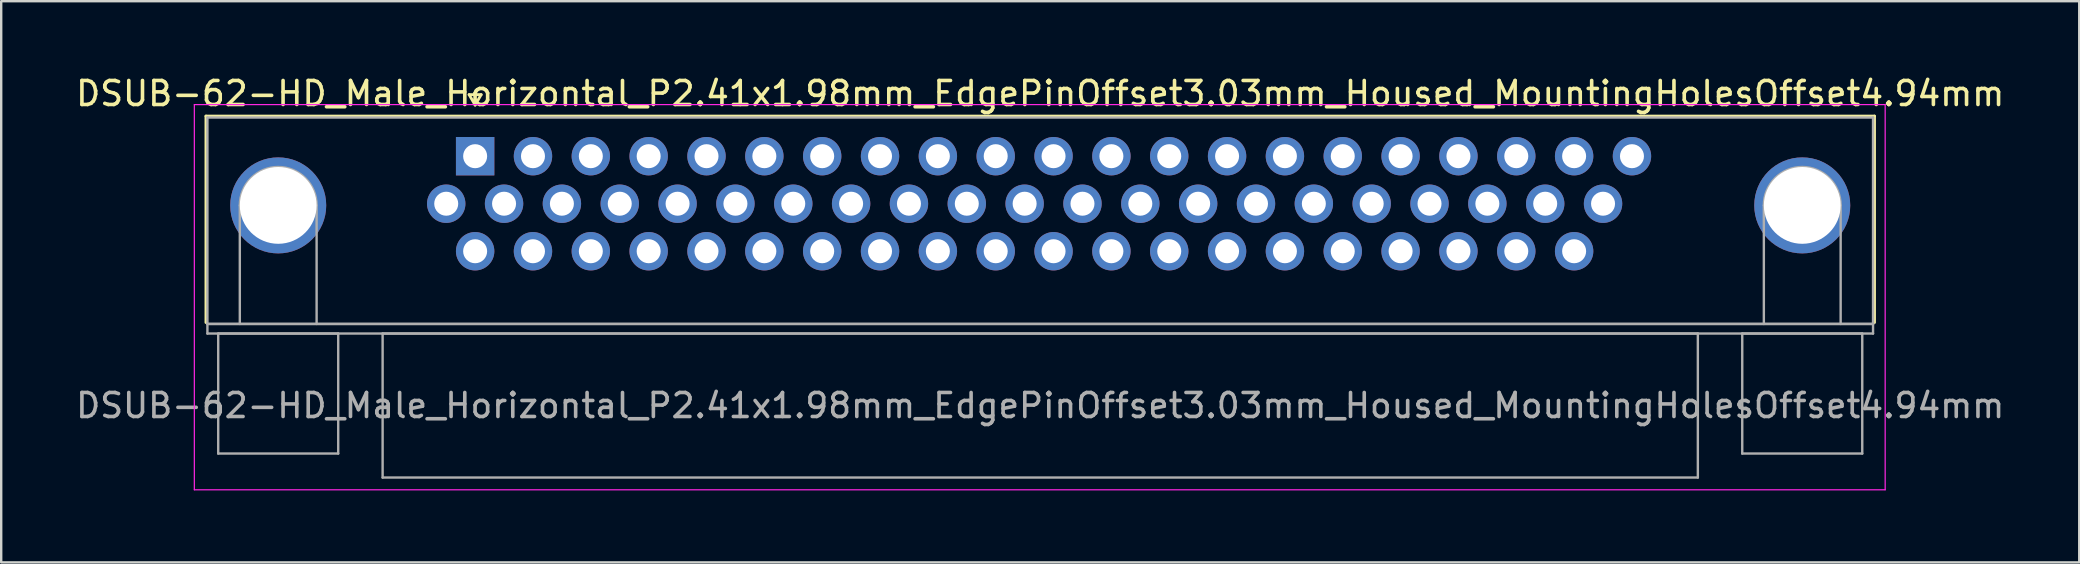
<source format=kicad_pcb>
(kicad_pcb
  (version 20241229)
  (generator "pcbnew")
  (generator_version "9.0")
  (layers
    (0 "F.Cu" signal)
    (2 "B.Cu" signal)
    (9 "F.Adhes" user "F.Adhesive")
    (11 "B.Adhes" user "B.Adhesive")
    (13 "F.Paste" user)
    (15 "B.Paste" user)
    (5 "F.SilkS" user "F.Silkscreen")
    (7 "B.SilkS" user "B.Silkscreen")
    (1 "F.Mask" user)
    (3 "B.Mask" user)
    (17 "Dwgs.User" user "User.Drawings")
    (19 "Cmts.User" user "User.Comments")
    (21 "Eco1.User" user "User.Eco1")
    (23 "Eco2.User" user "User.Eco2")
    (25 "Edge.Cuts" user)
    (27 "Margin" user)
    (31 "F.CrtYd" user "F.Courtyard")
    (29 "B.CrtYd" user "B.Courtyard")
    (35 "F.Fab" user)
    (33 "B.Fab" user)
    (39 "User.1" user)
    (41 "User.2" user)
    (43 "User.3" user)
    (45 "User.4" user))
  (footprint "DSUB-62-HD_Male_Horizontal_P2.41x1.98mm_EdgePinOffset3.03mm_Housed_MountingHolesOffset4.94mm"
    (layer "F.Cu")
    (at 16.747 3.458)
    (property "Reference" "DSUB-62-HD_Male_Horizontal_P2.41x1.98mm_EdgePinOffset3.03mm_Housed_MountingHolesOffset4.94mm" (at 23.545 -2.61 0) (layer "F.SilkS") (effects (font (size 1 1) (thickness 0.15))))
    (attr through_hole)
    (fp_line (start -11.215 -1.67) (end 58.305 -1.67) (stroke (width 0.12) (type solid)) (layer "F.SilkS"))
    (fp_line (start -11.215 6.93) (end -11.215 -1.67) (stroke (width 0.12) (type solid)) (layer "F.SilkS"))
    (fp_line (start -0.25 -2.564) (end 0.25 -2.564) (stroke (width 0.12) (type solid)) (layer "F.SilkS"))
    (fp_line (start 0 -2.131) (end -0.25 -2.564) (stroke (width 0.12) (type solid)) (layer "F.SilkS"))
    (fp_line (start 0.25 -2.564) (end 0 -2.131) (stroke (width 0.12) (type solid)) (layer "F.SilkS"))
    (fp_line (start 58.305 -1.67) (end 58.305 6.93) (stroke (width 0.12) (type solid)) (layer "F.SilkS"))
    (fp_line (start -11.7 -2.15) (end -11.7 13.9) (stroke (width 0.05) (type solid)) (layer "F.CrtYd"))
    (fp_line (start -11.7 13.9) (end 58.75 13.9) (stroke (width 0.05) (type solid)) (layer "F.CrtYd"))
    (fp_line (start 58.75 -2.15) (end -11.7 -2.15) (stroke (width 0.05) (type solid)) (layer "F.CrtYd"))
    (fp_line (start 58.75 13.9) (end 58.75 -2.15) (stroke (width 0.05) (type solid)) (layer "F.CrtYd"))
    (fp_line (start -11.155 -1.61) (end -11.155 6.99) (stroke (width 0.1) (type solid)) (layer "F.Fab"))
    (fp_line (start -11.155 6.99) (end -11.155 7.39) (stroke (width 0.1) (type solid)) (layer "F.Fab"))
    (fp_line (start -11.155 6.99) (end 58.245 6.99) (stroke (width 0.1) (type solid)) (layer "F.Fab"))
    (fp_line (start -11.155 7.39) (end 58.245 7.39) (stroke (width 0.1) (type solid)) (layer "F.Fab"))
    (fp_line (start -10.705 7.39) (end -10.705 12.39) (stroke (width 0.1) (type solid)) (layer "F.Fab"))
    (fp_line (start -10.705 12.39) (end -5.705 12.39) (stroke (width 0.1) (type solid)) (layer "F.Fab"))
    (fp_line (start -9.805 6.99) (end -9.805 2.05) (stroke (width 0.1) (type solid)) (layer "F.Fab"))
    (fp_line (start -6.605 6.99) (end -6.605 2.05) (stroke (width 0.1) (type solid)) (layer "F.Fab"))
    (fp_line (start -5.705 7.39) (end -10.705 7.39) (stroke (width 0.1) (type solid)) (layer "F.Fab"))
    (fp_line (start -5.705 12.39) (end -5.705 7.39) (stroke (width 0.1) (type solid)) (layer "F.Fab"))
    (fp_line (start -3.855 7.39) (end -3.855 13.39) (stroke (width 0.1) (type solid)) (layer "F.Fab"))
    (fp_line (start -3.855 13.39) (end 50.945 13.39) (stroke (width 0.1) (type solid)) (layer "F.Fab"))
    (fp_line (start 50.945 7.39) (end -3.855 7.39) (stroke (width 0.1) (type solid)) (layer "F.Fab"))
    (fp_line (start 50.945 13.39) (end 50.945 7.39) (stroke (width 0.1) (type solid)) (layer "F.Fab"))
    (fp_line (start 52.795 7.39) (end 52.795 12.39) (stroke (width 0.1) (type solid)) (layer "F.Fab"))
    (fp_line (start 52.795 12.39) (end 57.795 12.39) (stroke (width 0.1) (type solid)) (layer "F.Fab"))
    (fp_line (start 53.695 6.99) (end 53.695 2.05) (stroke (width 0.1) (type solid)) (layer "F.Fab"))
    (fp_line (start 56.895 6.99) (end 56.895 2.05) (stroke (width 0.1) (type solid)) (layer "F.Fab"))
    (fp_line (start 57.795 7.39) (end 52.795 7.39) (stroke (width 0.1) (type solid)) (layer "F.Fab"))
    (fp_line (start 57.795 12.39) (end 57.795 7.39) (stroke (width 0.1) (type solid)) (layer "F.Fab"))
    (fp_line (start 58.245 -1.61) (end -11.155 -1.61) (stroke (width 0.1) (type solid)) (layer "F.Fab"))
    (fp_line (start 58.245 6.99) (end -11.155 6.99) (stroke (width 0.1) (type solid)) (layer "F.Fab"))
    (fp_line (start 58.245 6.99) (end 58.245 -1.61) (stroke (width 0.1) (type solid)) (layer "F.Fab"))
    (fp_line (start 58.245 7.39) (end 58.245 6.99) (stroke (width 0.1) (type solid)) (layer "F.Fab"))
    (fp_arc (start -9.805 2.05) (mid -8.205 0.45) (end -6.605 2.05) (stroke (width 0.1) (type solid)) (layer "F.Fab"))
    (fp_arc (start 53.695 2.05) (mid 55.295 0.45) (end 56.895 2.05) (stroke (width 0.1) (type solid)) (layer "F.Fab"))
    (fp_text user "${REFERENCE}" (at 23.545 10.39 0) (layer "F.Fab") (effects (font (size 1 1) (thickness 0.15))))
    (pad "0" thru_hole circle (at -8.205 2.05) (size 4 4) (drill 3.2) (layers "*.Cu" "*.Mask"))
    (pad "0" thru_hole circle (at 55.295 2.05) (size 4 4) (drill 3.2) (layers "*.Cu" "*.Mask"))
    (pad "1" thru_hole rect (at 0 0) (size 1.6 1.6) (drill 1) (layers "*.Cu" "*.Mask"))
    (pad "2" thru_hole circle (at 2.41 0) (size 1.6 1.6) (drill 1) (layers "*.Cu" "*.Mask"))
    (pad "3" thru_hole circle (at 4.82 0) (size 1.6 1.6) (drill 1) (layers "*.Cu" "*.Mask"))
    (pad "4" thru_hole circle (at 7.23 0) (size 1.6 1.6) (drill 1) (layers "*.Cu" "*.Mask"))
    (pad "5" thru_hole circle (at 9.64 0) (size 1.6 1.6) (drill 1) (layers "*.Cu" "*.Mask"))
    (pad "6" thru_hole circle (at 12.05 0) (size 1.6 1.6) (drill 1) (layers "*.Cu" "*.Mask"))
    (pad "7" thru_hole circle (at 14.46 0) (size 1.6 1.6) (drill 1) (layers "*.Cu" "*.Mask"))
    (pad "8" thru_hole circle (at 16.87 0) (size 1.6 1.6) (drill 1) (layers "*.Cu" "*.Mask"))
    (pad "9" thru_hole circle (at 19.28 0) (size 1.6 1.6) (drill 1) (layers "*.Cu" "*.Mask"))
    (pad "10" thru_hole circle (at 21.69 0) (size 1.6 1.6) (drill 1) (layers "*.Cu" "*.Mask"))
    (pad "11" thru_hole circle (at 24.1 0) (size 1.6 1.6) (drill 1) (layers "*.Cu" "*.Mask"))
    (pad "12" thru_hole circle (at 26.51 0) (size 1.6 1.6) (drill 1) (layers "*.Cu" "*.Mask"))
    (pad "13" thru_hole circle (at 28.92 0) (size 1.6 1.6) (drill 1) (layers "*.Cu" "*.Mask"))
    (pad "14" thru_hole circle (at 31.33 0) (size 1.6 1.6) (drill 1) (layers "*.Cu" "*.Mask"))
    (pad "15" thru_hole circle (at 33.74 0) (size 1.6 1.6) (drill 1) (layers "*.Cu" "*.Mask"))
    (pad "16" thru_hole circle (at 36.15 0) (size 1.6 1.6) (drill 1) (layers "*.Cu" "*.Mask"))
    (pad "17" thru_hole circle (at 38.56 0) (size 1.6 1.6) (drill 1) (layers "*.Cu" "*.Mask"))
    (pad "18" thru_hole circle (at 40.97 0) (size 1.6 1.6) (drill 1) (layers "*.Cu" "*.Mask"))
    (pad "19" thru_hole circle (at 43.38 0) (size 1.6 1.6) (drill 1) (layers "*.Cu" "*.Mask"))
    (pad "20" thru_hole circle (at 45.79 0) (size 1.6 1.6) (drill 1) (layers "*.Cu" "*.Mask"))
    (pad "21" thru_hole circle (at 48.2 0) (size 1.6 1.6) (drill 1) (layers "*.Cu" "*.Mask"))
    (pad "22" thru_hole circle (at -1.205 1.98) (size 1.6 1.6) (drill 1) (layers "*.Cu" "*.Mask"))
    (pad "23" thru_hole circle (at 1.205 1.98) (size 1.6 1.6) (drill 1) (layers "*.Cu" "*.Mask"))
    (pad "24" thru_hole circle (at 3.615 1.98) (size 1.6 1.6) (drill 1) (layers "*.Cu" "*.Mask"))
    (pad "25" thru_hole circle (at 6.025 1.98) (size 1.6 1.6) (drill 1) (layers "*.Cu" "*.Mask"))
    (pad "26" thru_hole circle (at 8.435 1.98) (size 1.6 1.6) (drill 1) (layers "*.Cu" "*.Mask"))
    (pad "27" thru_hole circle (at 10.845 1.98) (size 1.6 1.6) (drill 1) (layers "*.Cu" "*.Mask"))
    (pad "28" thru_hole circle (at 13.255 1.98) (size 1.6 1.6) (drill 1) (layers "*.Cu" "*.Mask"))
    (pad "29" thru_hole circle (at 15.665 1.98) (size 1.6 1.6) (drill 1) (layers "*.Cu" "*.Mask"))
    (pad "30" thru_hole circle (at 18.075 1.98) (size 1.6 1.6) (drill 1) (layers "*.Cu" "*.Mask"))
    (pad "31" thru_hole circle (at 20.485 1.98) (size 1.6 1.6) (drill 1) (layers "*.Cu" "*.Mask"))
    (pad "32" thru_hole circle (at 22.895 1.98) (size 1.6 1.6) (drill 1) (layers "*.Cu" "*.Mask"))
    (pad "33" thru_hole circle (at 25.305 1.98) (size 1.6 1.6) (drill 1) (layers "*.Cu" "*.Mask"))
    (pad "34" thru_hole circle (at 27.715 1.98) (size 1.6 1.6) (drill 1) (layers "*.Cu" "*.Mask"))
    (pad "35" thru_hole circle (at 30.125 1.98) (size 1.6 1.6) (drill 1) (layers "*.Cu" "*.Mask"))
    (pad "36" thru_hole circle (at 32.535 1.98) (size 1.6 1.6) (drill 1) (layers "*.Cu" "*.Mask"))
    (pad "37" thru_hole circle (at 34.945 1.98) (size 1.6 1.6) (drill 1) (layers "*.Cu" "*.Mask"))
    (pad "38" thru_hole circle (at 37.355 1.98) (size 1.6 1.6) (drill 1) (layers "*.Cu" "*.Mask"))
    (pad "39" thru_hole circle (at 39.765 1.98) (size 1.6 1.6) (drill 1) (layers "*.Cu" "*.Mask"))
    (pad "40" thru_hole circle (at 42.175 1.98) (size 1.6 1.6) (drill 1) (layers "*.Cu" "*.Mask"))
    (pad "41" thru_hole circle (at 44.585 1.98) (size 1.6 1.6) (drill 1) (layers "*.Cu" "*.Mask"))
    (pad "42" thru_hole circle (at 46.995 1.98) (size 1.6 1.6) (drill 1) (layers "*.Cu" "*.Mask"))
    (pad "43" thru_hole circle (at 0 3.96) (size 1.6 1.6) (drill 1) (layers "*.Cu" "*.Mask"))
    (pad "44" thru_hole circle (at 2.41 3.96) (size 1.6 1.6) (drill 1) (layers "*.Cu" "*.Mask"))
    (pad "45" thru_hole circle (at 4.82 3.96) (size 1.6 1.6) (drill 1) (layers "*.Cu" "*.Mask"))
    (pad "46" thru_hole circle (at 7.23 3.96) (size 1.6 1.6) (drill 1) (layers "*.Cu" "*.Mask"))
    (pad "47" thru_hole circle (at 9.64 3.96) (size 1.6 1.6) (drill 1) (layers "*.Cu" "*.Mask"))
    (pad "48" thru_hole circle (at 12.05 3.96) (size 1.6 1.6) (drill 1) (layers "*.Cu" "*.Mask"))
    (pad "49" thru_hole circle (at 14.46 3.96) (size 1.6 1.6) (drill 1) (layers "*.Cu" "*.Mask"))
    (pad "50" thru_hole circle (at 16.87 3.96) (size 1.6 1.6) (drill 1) (layers "*.Cu" "*.Mask"))
    (pad "51" thru_hole circle (at 19.28 3.96) (size 1.6 1.6) (drill 1) (layers "*.Cu" "*.Mask"))
    (pad "52" thru_hole circle (at 21.69 3.96) (size 1.6 1.6) (drill 1) (layers "*.Cu" "*.Mask"))
    (pad "53" thru_hole circle (at 24.1 3.96) (size 1.6 1.6) (drill 1) (layers "*.Cu" "*.Mask"))
    (pad "54" thru_hole circle (at 26.51 3.96) (size 1.6 1.6) (drill 1) (layers "*.Cu" "*.Mask"))
    (pad "55" thru_hole circle (at 28.92 3.96) (size 1.6 1.6) (drill 1) (layers "*.Cu" "*.Mask"))
    (pad "56" thru_hole circle (at 31.33 3.96) (size 1.6 1.6) (drill 1) (layers "*.Cu" "*.Mask"))
    (pad "57" thru_hole circle (at 33.74 3.96) (size 1.6 1.6) (drill 1) (layers "*.Cu" "*.Mask"))
    (pad "58" thru_hole circle (at 36.15 3.96) (size 1.6 1.6) (drill 1) (layers "*.Cu" "*.Mask"))
    (pad "59" thru_hole circle (at 38.56 3.96) (size 1.6 1.6) (drill 1) (layers "*.Cu" "*.Mask"))
    (pad "60" thru_hole circle (at 40.97 3.96) (size 1.6 1.6) (drill 1) (layers "*.Cu" "*.Mask"))
    (pad "61" thru_hole circle (at 43.38 3.96) (size 1.6 1.6) (drill 1) (layers "*.Cu" "*.Mask"))
    (pad "62" thru_hole circle (at 45.79 3.96) (size 1.6 1.6) (drill 1) (layers "*.Cu" "*.Mask")))
  (gr_rect
    (start -3 -3)
    (end 83.583 20.383)
    (stroke (width 0.1) (type default))
    (fill no)
    (layer "Edge.Cuts")))
</source>
